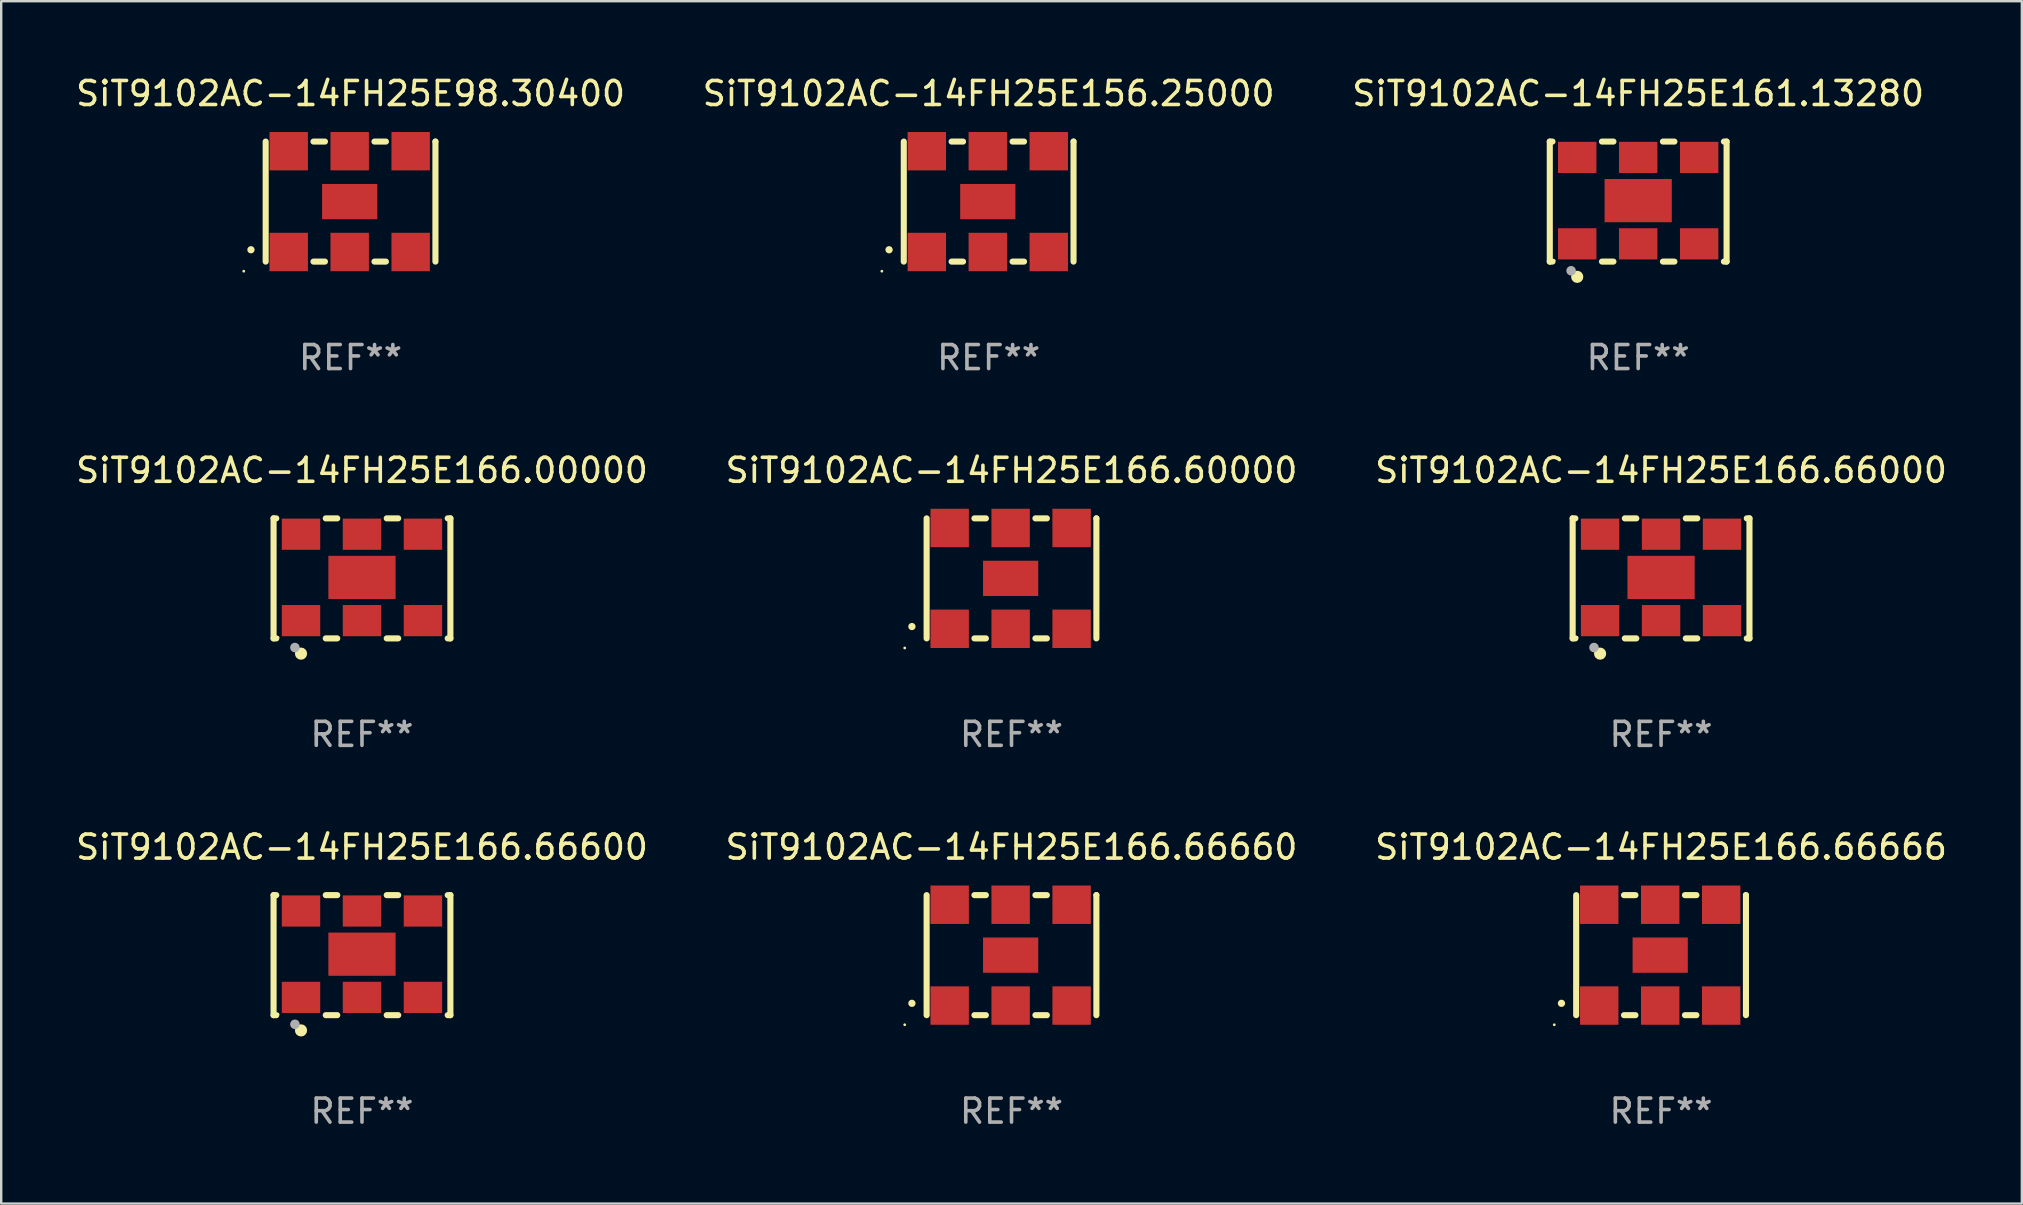
<source format=kicad_pcb>
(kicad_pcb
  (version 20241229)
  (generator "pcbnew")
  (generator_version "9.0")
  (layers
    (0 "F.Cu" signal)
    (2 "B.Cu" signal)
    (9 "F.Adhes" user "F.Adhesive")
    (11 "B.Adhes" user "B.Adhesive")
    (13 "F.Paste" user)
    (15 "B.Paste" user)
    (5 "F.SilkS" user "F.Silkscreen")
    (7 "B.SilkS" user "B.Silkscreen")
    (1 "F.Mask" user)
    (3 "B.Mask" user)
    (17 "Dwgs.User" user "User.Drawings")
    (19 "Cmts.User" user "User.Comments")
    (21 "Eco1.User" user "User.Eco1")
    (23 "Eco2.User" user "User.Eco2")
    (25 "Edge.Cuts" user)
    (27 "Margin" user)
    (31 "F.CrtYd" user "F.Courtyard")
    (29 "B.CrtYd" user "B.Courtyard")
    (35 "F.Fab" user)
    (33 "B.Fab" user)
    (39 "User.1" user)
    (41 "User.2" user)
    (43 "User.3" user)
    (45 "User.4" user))
  (footprint "SiT9102AC-14FH25E166.66660"
    (layer "F.Cu")
    (at 39.089 36.741)
    (property "Reference" "SiT9102AC-14FH25E166.66660" (at 0 -4.5 0) (layer "F.SilkS") (effects (font (size 1 1) (thickness 0.15))))
    (attr through_hole)
    (fp_line (start -3.536 -2.5) (end -3.536 2.5) (stroke (width 0.254) (type solid)) (layer "F.SilkS"))
    (fp_line (start -1.544 2.5) (end -1.067 2.5) (stroke (width 0.254) (type solid)) (layer "F.SilkS"))
    (fp_line (start -1.067 -2.5) (end -1.544 -2.5) (stroke (width 0.254) (type solid)) (layer "F.SilkS"))
    (fp_line (start 0.996 2.5) (end 1.473 2.5) (stroke (width 0.254) (type solid)) (layer "F.SilkS"))
    (fp_line (start 1.473 -2.5) (end 0.996 -2.5) (stroke (width 0.254) (type solid)) (layer "F.SilkS"))
    (fp_line (start 3.536 -2.5) (end 3.536 -2.5) (stroke (width 0.254) (type solid)) (layer "F.SilkS"))
    (fp_line (start 3.536 2.5) (end 3.536 -2.5) (stroke (width 0.254) (type solid)) (layer "F.SilkS"))
    (fp_arc (start -4.150432 2.006604) (mid -4.149162 2.006599) (end -4.147892 2.006604) (stroke (width 0.3) (type solid)) (layer "F.SilkS"))
    (fp_circle (center -4.449 2.9) (end -4.419 2.9) (stroke (width 0.06) (type solid)) (fill no) (layer "F.SilkS"))
    (fp_text user "REF**" (at 0 6.5 0) (layer "F.Fab") (effects (font (size 1 1) (thickness 0.15))))
    (pad "1" smd rect (at -2.576 2.1) (size 1.6 1.6) (layers "F.Cu" "F.Mask" "F.Paste"))
    (pad "2" smd rect (at -0.036 2.1) (size 1.6 1.6) (layers "F.Cu" "F.Mask" "F.Paste"))
    (pad "3" smd rect (at 2.504 2.1) (size 1.6 1.6) (layers "F.Cu" "F.Mask" "F.Paste"))
    (pad "4" smd rect (at 2.504 -2.1) (size 1.6 1.6) (layers "F.Cu" "F.Mask" "F.Paste"))
    (pad "5" smd rect (at -0.036 -2.1) (size 1.6 1.6) (layers "F.Cu" "F.Mask" "F.Paste"))
    (pad "6" smd rect (at -2.576 -2.1) (size 1.6 1.6) (layers "F.Cu" "F.Mask" "F.Paste"))
    (pad "7" smd rect (at -0.036 0) (size 2.3 1.47) (layers "F.Cu" "F.Mask" "F.Paste")))
  (footprint "SiT9102AC-14FH25E166.66666"
    (layer "F.Cu")
    (at 66.149 36.741)
    (property "Reference" "SiT9102AC-14FH25E166.66666" (at 0 -4.5 0) (layer "F.SilkS") (effects (font (size 1 1) (thickness 0.15))))
    (attr through_hole)
    (fp_line (start -3.536 -2.5) (end -3.536 2.5) (stroke (width 0.254) (type solid)) (layer "F.SilkS"))
    (fp_line (start -1.544 2.5) (end -1.067 2.5) (stroke (width 0.254) (type solid)) (layer "F.SilkS"))
    (fp_line (start -1.067 -2.5) (end -1.544 -2.5) (stroke (width 0.254) (type solid)) (layer "F.SilkS"))
    (fp_line (start 0.996 2.5) (end 1.473 2.5) (stroke (width 0.254) (type solid)) (layer "F.SilkS"))
    (fp_line (start 1.473 -2.5) (end 0.996 -2.5) (stroke (width 0.254) (type solid)) (layer "F.SilkS"))
    (fp_line (start 3.536 -2.5) (end 3.536 -2.5) (stroke (width 0.254) (type solid)) (layer "F.SilkS"))
    (fp_line (start 3.536 2.5) (end 3.536 -2.5) (stroke (width 0.254) (type solid)) (layer "F.SilkS"))
    (fp_arc (start -4.150432 2.006604) (mid -4.149162 2.006599) (end -4.147892 2.006604) (stroke (width 0.3) (type solid)) (layer "F.SilkS"))
    (fp_circle (center -4.449 2.9) (end -4.419 2.9) (stroke (width 0.06) (type solid)) (fill no) (layer "F.SilkS"))
    (fp_text user "REF**" (at 0 6.5 0) (layer "F.Fab") (effects (font (size 1 1) (thickness 0.15))))
    (pad "1" smd rect (at -2.576 2.1) (size 1.6 1.6) (layers "F.Cu" "F.Mask" "F.Paste"))
    (pad "2" smd rect (at -0.036 2.1) (size 1.6 1.6) (layers "F.Cu" "F.Mask" "F.Paste"))
    (pad "3" smd rect (at 2.504 2.1) (size 1.6 1.6) (layers "F.Cu" "F.Mask" "F.Paste"))
    (pad "4" smd rect (at 2.504 -2.1) (size 1.6 1.6) (layers "F.Cu" "F.Mask" "F.Paste"))
    (pad "5" smd rect (at -0.036 -2.1) (size 1.6 1.6) (layers "F.Cu" "F.Mask" "F.Paste"))
    (pad "6" smd rect (at -2.576 -2.1) (size 1.6 1.6) (layers "F.Cu" "F.Mask" "F.Paste"))
    (pad "7" smd rect (at -0.036 0) (size 2.3 1.47) (layers "F.Cu" "F.Mask" "F.Paste")))
  (footprint "SiT9102AC-14FH25E166.66600"
    (layer "F.Cu")
    (at 12.03 36.741)
    (property "Reference" "SiT9102AC-14FH25E166.66600" (at 0 -4.5 0) (layer "F.SilkS") (effects (font (size 1 1) (thickness 0.15))))
    (attr through_hole)
    (fp_line (start -3.683 -2.5) (end -3.571 -2.5) (stroke (width 0.254) (type solid)) (layer "F.SilkS"))
    (fp_line (start -3.683 2.5) (end -3.683 -2.5) (stroke (width 0.254) (type solid)) (layer "F.SilkS"))
    (fp_line (start -3.683 2.5) (end -3.571 2.5) (stroke (width 0.254) (type solid)) (layer "F.SilkS"))
    (fp_line (start -1.509 -2.5) (end -1.031 -2.5) (stroke (width 0.254) (type solid)) (layer "F.SilkS"))
    (fp_line (start -1.509 2.5) (end -1.031 2.5) (stroke (width 0.254) (type solid)) (layer "F.SilkS"))
    (fp_line (start 1.031 -2.5) (end 1.509 -2.5) (stroke (width 0.254) (type solid)) (layer "F.SilkS"))
    (fp_line (start 1.031 2.5) (end 1.509 2.5) (stroke (width 0.254) (type solid)) (layer "F.SilkS"))
    (fp_line (start 3.571 -2.5) (end 3.683 -2.5) (stroke (width 0.254) (type solid)) (layer "F.SilkS"))
    (fp_line (start 3.571 2.5) (end 3.683 2.5) (stroke (width 0.254) (type solid)) (layer "F.SilkS"))
    (fp_line (start 3.683 2.5) (end 3.683 -2.5) (stroke (width 0.254) (type solid)) (layer "F.SilkS"))
    (fp_circle (center -3.5 2.46) (end -3.47 2.46) (stroke (width 0.06) (type solid)) (fill no) (layer "F.SilkS"))
    (fp_circle (center -2.54 3.135) (end -2.413 3.135) (stroke (width 0.254) (type solid)) (fill no) (layer "F.SilkS"))
    (fp_circle (center -2.794 2.881) (end -2.694 2.881) (stroke (width 0.2) (type solid)) (fill no) (layer "F.Fab"))
    (fp_text user "REF**" (at 0 6.5 0) (layer "F.Fab") (effects (font (size 1 1) (thickness 0.15))))
    (pad "1" smd rect (at -2.54 1.76) (size 1.6 1.3) (layers "F.Cu" "F.Mask" "F.Paste"))
    (pad "2" smd rect (at 0 1.76) (size 1.6 1.3) (layers "F.Cu" "F.Mask" "F.Paste"))
    (pad "3" smd rect (at 2.54 1.76) (size 1.6 1.3) (layers "F.Cu" "F.Mask" "F.Paste"))
    (pad "4" smd rect (at 2.54 -1.84) (size 1.6 1.3) (layers "F.Cu" "F.Mask" "F.Paste"))
    (pad "5" smd rect (at 0 -1.84) (size 1.6 1.3) (layers "F.Cu" "F.Mask" "F.Paste"))
    (pad "6" smd rect (at -2.54 -1.84) (size 1.6 1.3) (layers "F.Cu" "F.Mask" "F.Paste"))
    (pad "7" smd rect (at 0 -0.04) (size 2.8 1.8) (layers "F.Cu" "F.Mask" "F.Paste")))
  (footprint "SiT9102AC-14FH25E166.00000"
    (layer "F.Cu")
    (at 12.03 21.045)
    (property "Reference" "SiT9102AC-14FH25E166.00000" (at 0 -4.5 0) (layer "F.SilkS") (effects (font (size 1 1) (thickness 0.15))))
    (attr through_hole)
    (fp_line (start -3.683 -2.5) (end -3.571 -2.5) (stroke (width 0.254) (type solid)) (layer "F.SilkS"))
    (fp_line (start -3.683 2.5) (end -3.683 -2.5) (stroke (width 0.254) (type solid)) (layer "F.SilkS"))
    (fp_line (start -3.683 2.5) (end -3.571 2.5) (stroke (width 0.254) (type solid)) (layer "F.SilkS"))
    (fp_line (start -1.509 -2.5) (end -1.031 -2.5) (stroke (width 0.254) (type solid)) (layer "F.SilkS"))
    (fp_line (start -1.509 2.5) (end -1.031 2.5) (stroke (width 0.254) (type solid)) (layer "F.SilkS"))
    (fp_line (start 1.031 -2.5) (end 1.509 -2.5) (stroke (width 0.254) (type solid)) (layer "F.SilkS"))
    (fp_line (start 1.031 2.5) (end 1.509 2.5) (stroke (width 0.254) (type solid)) (layer "F.SilkS"))
    (fp_line (start 3.571 -2.5) (end 3.683 -2.5) (stroke (width 0.254) (type solid)) (layer "F.SilkS"))
    (fp_line (start 3.571 2.5) (end 3.683 2.5) (stroke (width 0.254) (type solid)) (layer "F.SilkS"))
    (fp_line (start 3.683 2.5) (end 3.683 -2.5) (stroke (width 0.254) (type solid)) (layer "F.SilkS"))
    (fp_circle (center -3.5 2.46) (end -3.47 2.46) (stroke (width 0.06) (type solid)) (fill no) (layer "F.SilkS"))
    (fp_circle (center -2.54 3.135) (end -2.413 3.135) (stroke (width 0.254) (type solid)) (fill no) (layer "F.SilkS"))
    (fp_circle (center -2.794 2.881) (end -2.694 2.881) (stroke (width 0.2) (type solid)) (fill no) (layer "F.Fab"))
    (fp_text user "REF**" (at 0 6.5 0) (layer "F.Fab") (effects (font (size 1 1) (thickness 0.15))))
    (pad "1" smd rect (at -2.54 1.76) (size 1.6 1.3) (layers "F.Cu" "F.Mask" "F.Paste"))
    (pad "2" smd rect (at 0 1.76) (size 1.6 1.3) (layers "F.Cu" "F.Mask" "F.Paste"))
    (pad "3" smd rect (at 2.54 1.76) (size 1.6 1.3) (layers "F.Cu" "F.Mask" "F.Paste"))
    (pad "4" smd rect (at 2.54 -1.84) (size 1.6 1.3) (layers "F.Cu" "F.Mask" "F.Paste"))
    (pad "5" smd rect (at 0 -1.84) (size 1.6 1.3) (layers "F.Cu" "F.Mask" "F.Paste"))
    (pad "6" smd rect (at -2.54 -1.84) (size 1.6 1.3) (layers "F.Cu" "F.Mask" "F.Paste"))
    (pad "7" smd rect (at 0 -0.04) (size 2.8 1.8) (layers "F.Cu" "F.Mask" "F.Paste")))
  (footprint "SiT9102AC-14FH25E156.25000"
    (layer "F.Cu")
    (at 38.137 5.348)
    (property "Reference" "SiT9102AC-14FH25E156.25000" (at 0 -4.5 0) (layer "F.SilkS") (effects (font (size 1 1) (thickness 0.15))))
    (attr through_hole)
    (fp_line (start -3.536 -2.5) (end -3.536 2.5) (stroke (width 0.254) (type solid)) (layer "F.SilkS"))
    (fp_line (start -1.544 2.5) (end -1.067 2.5) (stroke (width 0.254) (type solid)) (layer "F.SilkS"))
    (fp_line (start -1.067 -2.5) (end -1.544 -2.5) (stroke (width 0.254) (type solid)) (layer "F.SilkS"))
    (fp_line (start 0.996 2.5) (end 1.473 2.5) (stroke (width 0.254) (type solid)) (layer "F.SilkS"))
    (fp_line (start 1.473 -2.5) (end 0.996 -2.5) (stroke (width 0.254) (type solid)) (layer "F.SilkS"))
    (fp_line (start 3.536 -2.5) (end 3.536 -2.5) (stroke (width 0.254) (type solid)) (layer "F.SilkS"))
    (fp_line (start 3.536 2.5) (end 3.536 -2.5) (stroke (width 0.254) (type solid)) (layer "F.SilkS"))
    (fp_arc (start -4.150432 2.006604) (mid -4.149162 2.006599) (end -4.147892 2.006604) (stroke (width 0.3) (type solid)) (layer "F.SilkS"))
    (fp_circle (center -4.449 2.9) (end -4.419 2.9) (stroke (width 0.06) (type solid)) (fill no) (layer "F.SilkS"))
    (fp_text user "REF**" (at 0 6.5 0) (layer "F.Fab") (effects (font (size 1 1) (thickness 0.15))))
    (pad "1" smd rect (at -2.576 2.1) (size 1.6 1.6) (layers "F.Cu" "F.Mask" "F.Paste"))
    (pad "2" smd rect (at -0.036 2.1) (size 1.6 1.6) (layers "F.Cu" "F.Mask" "F.Paste"))
    (pad "3" smd rect (at 2.504 2.1) (size 1.6 1.6) (layers "F.Cu" "F.Mask" "F.Paste"))
    (pad "4" smd rect (at 2.504 -2.1) (size 1.6 1.6) (layers "F.Cu" "F.Mask" "F.Paste"))
    (pad "5" smd rect (at -0.036 -2.1) (size 1.6 1.6) (layers "F.Cu" "F.Mask" "F.Paste"))
    (pad "6" smd rect (at -2.576 -2.1) (size 1.6 1.6) (layers "F.Cu" "F.Mask" "F.Paste"))
    (pad "7" smd rect (at -0.036 0) (size 2.3 1.47) (layers "F.Cu" "F.Mask" "F.Paste")))
  (footprint "SiT9102AC-14FH25E166.66000"
    (layer "F.Cu")
    (at 66.149 21.045)
    (property "Reference" "SiT9102AC-14FH25E166.66000" (at 0 -4.5 0) (layer "F.SilkS") (effects (font (size 1 1) (thickness 0.15))))
    (attr through_hole)
    (fp_line (start -3.683 -2.5) (end -3.571 -2.5) (stroke (width 0.254) (type solid)) (layer "F.SilkS"))
    (fp_line (start -3.683 2.5) (end -3.683 -2.5) (stroke (width 0.254) (type solid)) (layer "F.SilkS"))
    (fp_line (start -3.683 2.5) (end -3.571 2.5) (stroke (width 0.254) (type solid)) (layer "F.SilkS"))
    (fp_line (start -1.509 -2.5) (end -1.031 -2.5) (stroke (width 0.254) (type solid)) (layer "F.SilkS"))
    (fp_line (start -1.509 2.5) (end -1.031 2.5) (stroke (width 0.254) (type solid)) (layer "F.SilkS"))
    (fp_line (start 1.031 -2.5) (end 1.509 -2.5) (stroke (width 0.254) (type solid)) (layer "F.SilkS"))
    (fp_line (start 1.031 2.5) (end 1.509 2.5) (stroke (width 0.254) (type solid)) (layer "F.SilkS"))
    (fp_line (start 3.571 -2.5) (end 3.683 -2.5) (stroke (width 0.254) (type solid)) (layer "F.SilkS"))
    (fp_line (start 3.571 2.5) (end 3.683 2.5) (stroke (width 0.254) (type solid)) (layer "F.SilkS"))
    (fp_line (start 3.683 2.5) (end 3.683 -2.5) (stroke (width 0.254) (type solid)) (layer "F.SilkS"))
    (fp_circle (center -3.5 2.46) (end -3.47 2.46) (stroke (width 0.06) (type solid)) (fill no) (layer "F.SilkS"))
    (fp_circle (center -2.54 3.135) (end -2.413 3.135) (stroke (width 0.254) (type solid)) (fill no) (layer "F.SilkS"))
    (fp_circle (center -2.794 2.881) (end -2.694 2.881) (stroke (width 0.2) (type solid)) (fill no) (layer "F.Fab"))
    (fp_text user "REF**" (at 0 6.5 0) (layer "F.Fab") (effects (font (size 1 1) (thickness 0.15))))
    (pad "1" smd rect (at -2.54 1.76) (size 1.6 1.3) (layers "F.Cu" "F.Mask" "F.Paste"))
    (pad "2" smd rect (at 0 1.76) (size 1.6 1.3) (layers "F.Cu" "F.Mask" "F.Paste"))
    (pad "3" smd rect (at 2.54 1.76) (size 1.6 1.3) (layers "F.Cu" "F.Mask" "F.Paste"))
    (pad "4" smd rect (at 2.54 -1.84) (size 1.6 1.3) (layers "F.Cu" "F.Mask" "F.Paste"))
    (pad "5" smd rect (at 0 -1.84) (size 1.6 1.3) (layers "F.Cu" "F.Mask" "F.Paste"))
    (pad "6" smd rect (at -2.54 -1.84) (size 1.6 1.3) (layers "F.Cu" "F.Mask" "F.Paste"))
    (pad "7" smd rect (at 0 -0.04) (size 2.8 1.8) (layers "F.Cu" "F.Mask" "F.Paste")))
  (footprint "SiT9102AC-14FH25E161.13280"
    (layer "F.Cu")
    (at 65.196 5.348)
    (property "Reference" "SiT9102AC-14FH25E161.13280" (at 0 -4.5 0) (layer "F.SilkS") (effects (font (size 1 1) (thickness 0.15))))
    (attr through_hole)
    (fp_line (start -3.683 -2.5) (end -3.571 -2.5) (stroke (width 0.254) (type solid)) (layer "F.SilkS"))
    (fp_line (start -3.683 2.5) (end -3.683 -2.5) (stroke (width 0.254) (type solid)) (layer "F.SilkS"))
    (fp_line (start -3.683 2.5) (end -3.571 2.5) (stroke (width 0.254) (type solid)) (layer "F.SilkS"))
    (fp_line (start -1.509 -2.5) (end -1.031 -2.5) (stroke (width 0.254) (type solid)) (layer "F.SilkS"))
    (fp_line (start -1.509 2.5) (end -1.031 2.5) (stroke (width 0.254) (type solid)) (layer "F.SilkS"))
    (fp_line (start 1.031 -2.5) (end 1.509 -2.5) (stroke (width 0.254) (type solid)) (layer "F.SilkS"))
    (fp_line (start 1.031 2.5) (end 1.509 2.5) (stroke (width 0.254) (type solid)) (layer "F.SilkS"))
    (fp_line (start 3.571 -2.5) (end 3.683 -2.5) (stroke (width 0.254) (type solid)) (layer "F.SilkS"))
    (fp_line (start 3.571 2.5) (end 3.683 2.5) (stroke (width 0.254) (type solid)) (layer "F.SilkS"))
    (fp_line (start 3.683 2.5) (end 3.683 -2.5) (stroke (width 0.254) (type solid)) (layer "F.SilkS"))
    (fp_circle (center -3.5 2.46) (end -3.47 2.46) (stroke (width 0.06) (type solid)) (fill no) (layer "F.SilkS"))
    (fp_circle (center -2.54 3.135) (end -2.413 3.135) (stroke (width 0.254) (type solid)) (fill no) (layer "F.SilkS"))
    (fp_circle (center -2.794 2.881) (end -2.694 2.881) (stroke (width 0.2) (type solid)) (fill no) (layer "F.Fab"))
    (fp_text user "REF**" (at 0 6.5 0) (layer "F.Fab") (effects (font (size 1 1) (thickness 0.15))))
    (pad "1" smd rect (at -2.54 1.76) (size 1.6 1.3) (layers "F.Cu" "F.Mask" "F.Paste"))
    (pad "2" smd rect (at 0 1.76) (size 1.6 1.3) (layers "F.Cu" "F.Mask" "F.Paste"))
    (pad "3" smd rect (at 2.54 1.76) (size 1.6 1.3) (layers "F.Cu" "F.Mask" "F.Paste"))
    (pad "4" smd rect (at 2.54 -1.84) (size 1.6 1.3) (layers "F.Cu" "F.Mask" "F.Paste"))
    (pad "5" smd rect (at 0 -1.84) (size 1.6 1.3) (layers "F.Cu" "F.Mask" "F.Paste"))
    (pad "6" smd rect (at -2.54 -1.84) (size 1.6 1.3) (layers "F.Cu" "F.Mask" "F.Paste"))
    (pad "7" smd rect (at 0 -0.04) (size 2.8 1.8) (layers "F.Cu" "F.Mask" "F.Paste")))
  (footprint "SiT9102AC-14FH25E166.60000"
    (layer "F.Cu")
    (at 39.089 21.045)
    (property "Reference" "SiT9102AC-14FH25E166.60000" (at 0 -4.5 0) (layer "F.SilkS") (effects (font (size 1 1) (thickness 0.15))))
    (attr through_hole)
    (fp_line (start -3.536 -2.5) (end -3.536 2.5) (stroke (width 0.254) (type solid)) (layer "F.SilkS"))
    (fp_line (start -1.544 2.5) (end -1.067 2.5) (stroke (width 0.254) (type solid)) (layer "F.SilkS"))
    (fp_line (start -1.067 -2.5) (end -1.544 -2.5) (stroke (width 0.254) (type solid)) (layer "F.SilkS"))
    (fp_line (start 0.996 2.5) (end 1.473 2.5) (stroke (width 0.254) (type solid)) (layer "F.SilkS"))
    (fp_line (start 1.473 -2.5) (end 0.996 -2.5) (stroke (width 0.254) (type solid)) (layer "F.SilkS"))
    (fp_line (start 3.536 -2.5) (end 3.536 -2.5) (stroke (width 0.254) (type solid)) (layer "F.SilkS"))
    (fp_line (start 3.536 2.5) (end 3.536 -2.5) (stroke (width 0.254) (type solid)) (layer "F.SilkS"))
    (fp_arc (start -4.150432 2.006604) (mid -4.149162 2.006599) (end -4.147892 2.006604) (stroke (width 0.3) (type solid)) (layer "F.SilkS"))
    (fp_circle (center -4.449 2.9) (end -4.419 2.9) (stroke (width 0.06) (type solid)) (fill no) (layer "F.SilkS"))
    (fp_text user "REF**" (at 0 6.5 0) (layer "F.Fab") (effects (font (size 1 1) (thickness 0.15))))
    (pad "1" smd rect (at -2.576 2.1) (size 1.6 1.6) (layers "F.Cu" "F.Mask" "F.Paste"))
    (pad "2" smd rect (at -0.036 2.1) (size 1.6 1.6) (layers "F.Cu" "F.Mask" "F.Paste"))
    (pad "3" smd rect (at 2.504 2.1) (size 1.6 1.6) (layers "F.Cu" "F.Mask" "F.Paste"))
    (pad "4" smd rect (at 2.504 -2.1) (size 1.6 1.6) (layers "F.Cu" "F.Mask" "F.Paste"))
    (pad "5" smd rect (at -0.036 -2.1) (size 1.6 1.6) (layers "F.Cu" "F.Mask" "F.Paste"))
    (pad "6" smd rect (at -2.576 -2.1) (size 1.6 1.6) (layers "F.Cu" "F.Mask" "F.Paste"))
    (pad "7" smd rect (at -0.036 0) (size 2.3 1.47) (layers "F.Cu" "F.Mask" "F.Paste")))
  (footprint "SiT9102AC-14FH25E98.30400"
    (layer "F.Cu")
    (at 11.554 5.348)
    (property "Reference" "SiT9102AC-14FH25E98.30400" (at 0 -4.5 0) (layer "F.SilkS") (effects (font (size 1 1) (thickness 0.15))))
    (attr through_hole)
    (fp_line (start -3.536 -2.5) (end -3.536 2.5) (stroke (width 0.254) (type solid)) (layer "F.SilkS"))
    (fp_line (start -1.544 2.5) (end -1.067 2.5) (stroke (width 0.254) (type solid)) (layer "F.SilkS"))
    (fp_line (start -1.067 -2.5) (end -1.544 -2.5) (stroke (width 0.254) (type solid)) (layer "F.SilkS"))
    (fp_line (start 0.996 2.5) (end 1.473 2.5) (stroke (width 0.254) (type solid)) (layer "F.SilkS"))
    (fp_line (start 1.473 -2.5) (end 0.996 -2.5) (stroke (width 0.254) (type solid)) (layer "F.SilkS"))
    (fp_line (start 3.536 -2.5) (end 3.536 -2.5) (stroke (width 0.254) (type solid)) (layer "F.SilkS"))
    (fp_line (start 3.536 2.5) (end 3.536 -2.5) (stroke (width 0.254) (type solid)) (layer "F.SilkS"))
    (fp_arc (start -4.150432 2.006604) (mid -4.149162 2.006599) (end -4.147892 2.006604) (stroke (width 0.3) (type solid)) (layer "F.SilkS"))
    (fp_circle (center -4.449 2.9) (end -4.419 2.9) (stroke (width 0.06) (type solid)) (fill no) (layer "F.SilkS"))
    (fp_text user "REF**" (at 0 6.5 0) (layer "F.Fab") (effects (font (size 1 1) (thickness 0.15))))
    (pad "1" smd rect (at -2.576 2.1) (size 1.6 1.6) (layers "F.Cu" "F.Mask" "F.Paste"))
    (pad "2" smd rect (at -0.036 2.1) (size 1.6 1.6) (layers "F.Cu" "F.Mask" "F.Paste"))
    (pad "3" smd rect (at 2.504 2.1) (size 1.6 1.6) (layers "F.Cu" "F.Mask" "F.Paste"))
    (pad "4" smd rect (at 2.504 -2.1) (size 1.6 1.6) (layers "F.Cu" "F.Mask" "F.Paste"))
    (pad "5" smd rect (at -0.036 -2.1) (size 1.6 1.6) (layers "F.Cu" "F.Mask" "F.Paste"))
    (pad "6" smd rect (at -2.576 -2.1) (size 1.6 1.6) (layers "F.Cu" "F.Mask" "F.Paste"))
    (pad "7" smd rect (at -0.036 0) (size 2.3 1.47) (layers "F.Cu" "F.Mask" "F.Paste")))
  (gr_rect
    (start -3 -3)
    (end 81.179 47.09)
    (stroke (width 0.1) (type default))
    (fill no)
    (layer "Edge.Cuts")))
</source>
